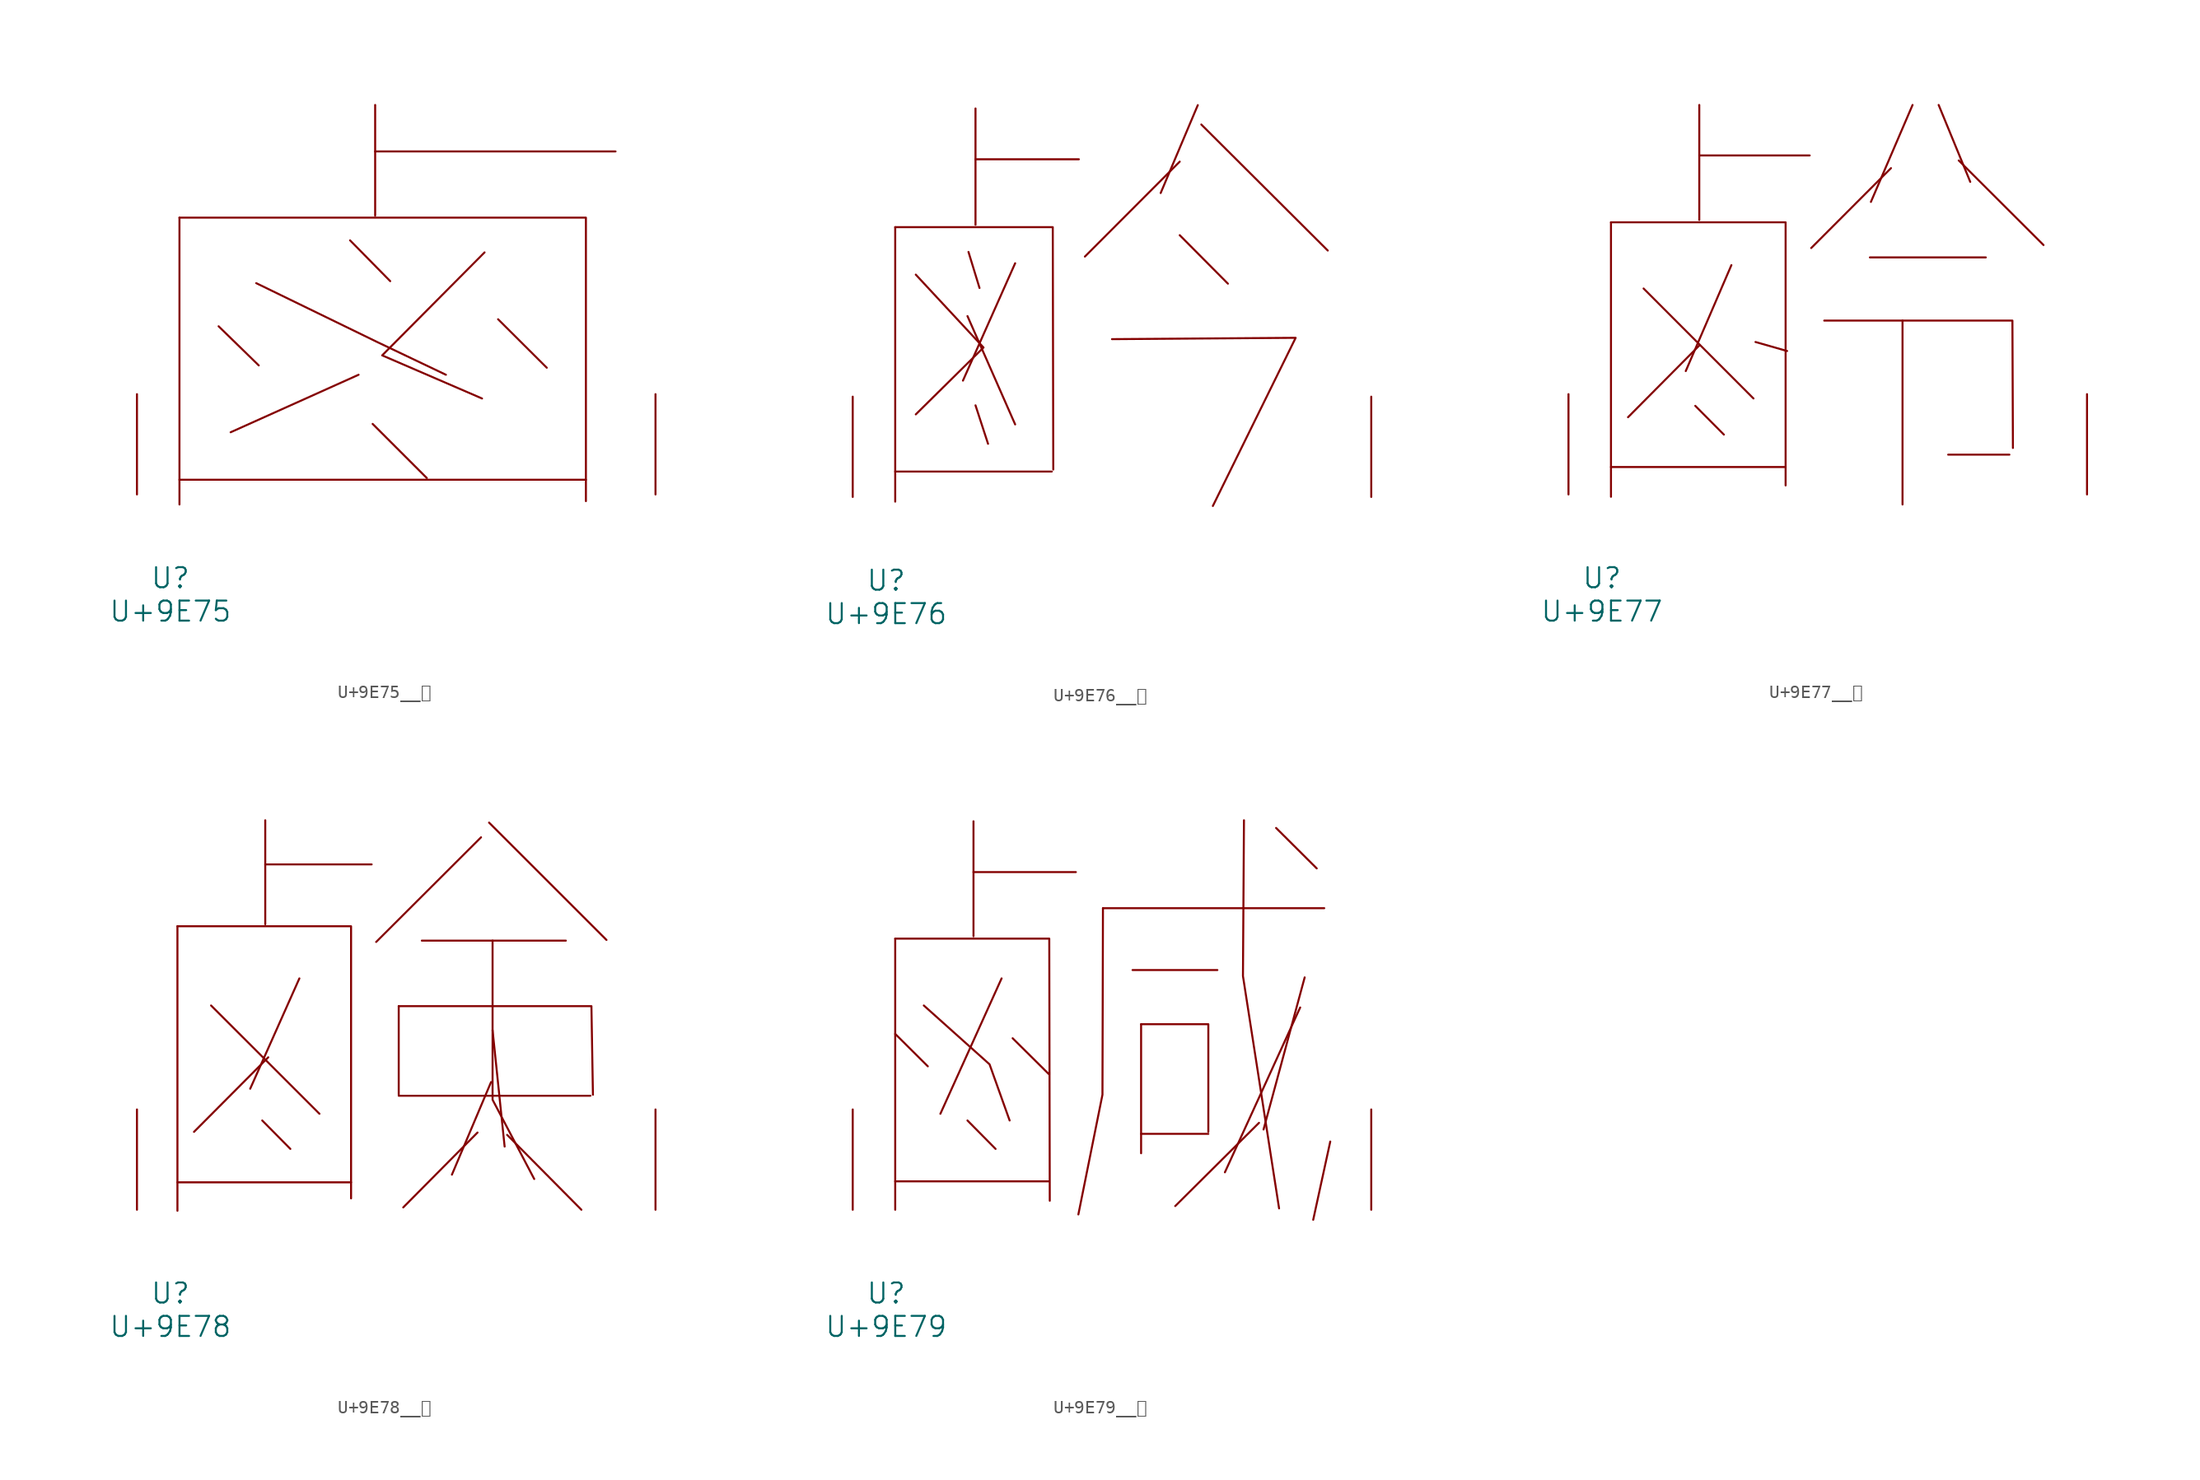
<source format=kicad_sym>
(kicad_symbol_lib
  (version 20231120)
  (generator "kicad_symbol_editor")
  (generator_version "8.0")
  (symbol "U+9E75__鹵"
    (pin_names
      (offset 1.016))
    (property "Reference" "U"
      (at 0 -6.35 0)
      (effects (font (size 1.524 1.524))))
    (property "Value" "U+9E75"
      (at 0 -8.89 0)
      (effects (font (size 1.524 1.524))))
    (symbol "U+9E75__鹵_0_1"
      (polyline (pts (xy 0.686 1.118) (xy 31.547 1.118)) (stroke (width 0) (type solid)) (fill (type none)))
      (polyline (pts (xy 0.686 21.031) (xy 0.686 -0.762)) (stroke (width 0) (type solid)) (fill (type none)))
      (polyline (pts (xy 3.658 12.776) (xy 6.706 9.804)) (stroke (width 0) (type solid)) (fill (type none)))
      (polyline (pts (xy 13.64 19.304) (xy 16.688 16.205)) (stroke (width 0) (type solid)) (fill (type none)))
      (polyline (pts (xy 14.287 9.093) (xy 4.572 4.724)) (stroke (width 0) (type solid)) (fill (type none)))
      (polyline (pts (xy 15.354 5.359) (xy 19.469 1.245)) (stroke (width 0) (type solid)) (fill (type none)))
      (polyline (pts (xy 15.545 26.06) (xy 33.795 26.06)) (stroke (width 0) (type solid)) (fill (type none)))
      (polyline (pts (xy 15.545 29.591) (xy 15.545 21.184)) (stroke (width 0) (type solid)) (fill (type none)))
      (polyline (pts (xy 24.879 13.31) (xy 28.575 9.627)) (stroke (width 0) (type solid)) (fill (type none)))
      (polyline (pts (xy 0.686 21.031) (xy 31.547 21.031) (xy 31.547 -0.508)) (stroke (width 0) (type solid)) (fill (type none)))
      (polyline (pts (xy 6.515 16.053) (xy 15.697 11.582) (xy 20.917 9.093)) (stroke (width 0) (type solid)) (fill (type none)))
      (polyline (pts (xy 23.851 18.39) (xy 16.078 10.566) (xy 23.66 7.29)) (stroke (width 0) (type solid)) (fill (type none)))
      (pin input line (at -2.54 0 90) (length 7.62) (name "~" (effects (font (size 1.27 1.27)))) (number "~" (effects (font (size 1.27 1.27)))))
      (pin input line (at 36.83 0 90) (length 7.62) (name "~" (effects (font (size 1.27 1.27)))) (number "~" (effects (font (size 1.27 1.27)))))))
  (symbol "U+9E76__鹶"
    (pin_names
      (offset 1.016))
    (property "Reference" "U"
      (at 0 -6.35 0)
      (effects (font (size 1.524 1.524))))
    (property "Value" "U+9E76"
      (at 0 -8.89 0)
      (effects (font (size 1.524 1.524))))
    (symbol "U+9E76__鹶_0_1"
      (polyline (pts (xy 0.686 1.93) (xy 12.573 1.93)) (stroke (width 0) (type solid)) (fill (type none)))
      (polyline (pts (xy 0.686 20.498) (xy 0.686 -0.356)) (stroke (width 0) (type solid)) (fill (type none)))
      (polyline (pts (xy 6.172 13.741) (xy 9.792 5.512)) (stroke (width 0) (type solid)) (fill (type none)))
      (polyline (pts (xy 6.248 18.618) (xy 7.087 15.875)) (stroke (width 0) (type solid)) (fill (type none)))
      (polyline (pts (xy 6.782 6.96) (xy 7.734 4.039)) (stroke (width 0) (type solid)) (fill (type none)))
      (polyline (pts (xy 6.782 25.654) (xy 14.63 25.654)) (stroke (width 0) (type solid)) (fill (type none)))
      (polyline (pts (xy 6.782 29.515) (xy 6.782 20.676)) (stroke (width 0) (type solid)) (fill (type none)))
      (polyline (pts (xy 9.792 17.755) (xy 5.829 8.839)) (stroke (width 0) (type solid)) (fill (type none)))
      (polyline (pts (xy 22.288 19.888) (xy 25.946 16.205)) (stroke (width 0) (type solid)) (fill (type none)))
      (polyline (pts (xy 22.288 25.476) (xy 15.088 18.263)) (stroke (width 0) (type solid)) (fill (type none)))
      (polyline (pts (xy 23.66 29.769) (xy 20.841 23.089)) (stroke (width 0) (type solid)) (fill (type none)))
      (polyline (pts (xy 23.927 28.296) (xy 33.528 18.72)) (stroke (width 0) (type solid)) (fill (type none)))
      (polyline (pts (xy 0.686 20.498) (xy 12.649 20.498) (xy 12.687 2.083)) (stroke (width 0) (type solid)) (fill (type none)))
      (polyline (pts (xy 2.248 16.891) (xy 7.391 11.354) (xy 2.248 6.274)) (stroke (width 0) (type solid)) (fill (type none)))
      (polyline (pts (xy 17.145 11.989) (xy 31.09 12.09) (xy 24.803 -0.686)) (stroke (width 0) (type solid)) (fill (type none)))
      (pin input line (at -2.54 0 90) (length 7.62) (name "~" (effects (font (size 1.27 1.27)))) (number "~" (effects (font (size 1.27 1.27)))))
      (pin input line (at 36.83 0 90) (length 7.62) (name "~" (effects (font (size 1.27 1.27)))) (number "~" (effects (font (size 1.27 1.27)))))))
  (symbol "U+9E77__鹷"
    (pin_names
      (offset 1.016))
    (property "Reference" "U"
      (at 0 -6.35 0)
      (effects (font (size 1.524 1.524))))
    (property "Value" "U+9E77"
      (at 0 -8.89 0)
      (effects (font (size 1.524 1.524))))
    (symbol "U+9E77__鹷_0_1"
      (polyline (pts (xy 0.686 2.083) (xy 13.945 2.083)) (stroke (width 0) (type solid)) (fill (type none)))
      (polyline (pts (xy 0.686 20.676) (xy 0.686 -0.178)) (stroke (width 0) (type solid)) (fill (type none)))
      (polyline (pts (xy 3.162 15.646) (xy 11.506 7.29)) (stroke (width 0) (type solid)) (fill (type none)))
      (polyline (pts (xy 7.087 6.731) (xy 9.258 4.547)) (stroke (width 0) (type solid)) (fill (type none)))
      (polyline (pts (xy 7.391 25.756) (xy 15.773 25.756)) (stroke (width 0) (type solid)) (fill (type none)))
      (polyline (pts (xy 7.391 29.591) (xy 7.391 20.853)) (stroke (width 0) (type solid)) (fill (type none)))
      (polyline (pts (xy 7.429 11.354) (xy 1.981 5.867)) (stroke (width 0) (type solid)) (fill (type none)))
      (polyline (pts (xy 9.83 17.424) (xy 6.363 9.373)) (stroke (width 0) (type solid)) (fill (type none)))
      (polyline (pts (xy 11.659 11.582) (xy 14.059 10.897)) (stroke (width 0) (type solid)) (fill (type none)))
      (polyline (pts (xy 20.345 18.009) (xy 29.146 18.009)) (stroke (width 0) (type solid)) (fill (type none)))
      (polyline (pts (xy 21.946 24.79) (xy 15.888 18.72)) (stroke (width 0) (type solid)) (fill (type none)))
      (polyline (pts (xy 22.822 13.208) (xy 22.822 -0.762)) (stroke (width 0) (type solid)) (fill (type none)))
      (polyline (pts (xy 23.584 29.591) (xy 20.422 22.225)) (stroke (width 0) (type solid)) (fill (type none)))
      (polyline (pts (xy 25.565 29.591) (xy 27.965 23.749)) (stroke (width 0) (type solid)) (fill (type none)))
      (polyline (pts (xy 26.289 3.023) (xy 30.937 3.023)) (stroke (width 0) (type solid)) (fill (type none)))
      (polyline (pts (xy 27.089 25.375) (xy 33.528 18.948)) (stroke (width 0) (type solid)) (fill (type none)))
      (polyline (pts (xy 0.686 20.676) (xy 13.945 20.676) (xy 13.945 0.686)) (stroke (width 0) (type solid)) (fill (type none)))
      (polyline (pts (xy 16.878 13.208) (xy 31.166 13.208) (xy 31.204 3.531)) (stroke (width 0) (type solid)) (fill (type none)))
      (pin input line (at -2.54 0 90) (length 7.62) (name "~" (effects (font (size 1.27 1.27)))) (number "~" (effects (font (size 1.27 1.27)))))
      (pin input line (at 36.83 0 90) (length 7.62) (name "~" (effects (font (size 1.27 1.27)))) (number "~" (effects (font (size 1.27 1.27)))))))
  (symbol "U+9E78__鹸"
    (pin_names
      (offset 1.016))
    (property "Reference" "U"
      (at 0 -6.35 0)
      (effects (font (size 1.524 1.524))))
    (property "Value" "U+9E78"
      (at 0 -8.89 0)
      (effects (font (size 1.524 1.524))))
    (symbol "U+9E78__鹸_0_1"
      (polyline (pts (xy 0.533 2.083) (xy 13.716 2.083)) (stroke (width 0) (type solid)) (fill (type none)))
      (polyline (pts (xy 0.533 21.539) (xy 0.533 -0.076)) (stroke (width 0) (type solid)) (fill (type none)))
      (polyline (pts (xy 3.086 15.519) (xy 11.316 7.29)) (stroke (width 0) (type solid)) (fill (type none)))
      (polyline (pts (xy 6.972 6.782) (xy 9.106 4.623)) (stroke (width 0) (type solid)) (fill (type none)))
      (polyline (pts (xy 7.201 26.238) (xy 15.278 26.238)) (stroke (width 0) (type solid)) (fill (type none)))
      (polyline (pts (xy 7.201 29.591) (xy 7.201 21.692)) (stroke (width 0) (type solid)) (fill (type none)))
      (polyline (pts (xy 7.429 11.582) (xy 1.791 5.918)) (stroke (width 0) (type solid)) (fill (type none)))
      (polyline (pts (xy 9.792 17.577) (xy 6.058 9.195)) (stroke (width 0) (type solid)) (fill (type none)))
      (polyline (pts (xy 17.335 8.661) (xy 31.89 8.661)) (stroke (width 0) (type solid)) (fill (type none)))
      (polyline (pts (xy 17.335 15.469) (xy 17.335 8.738)) (stroke (width 0) (type solid)) (fill (type none)))
      (polyline (pts (xy 19.088 20.447) (xy 30.023 20.447)) (stroke (width 0) (type solid)) (fill (type none)))
      (polyline (pts (xy 23.317 5.867) (xy 17.678 0.178)) (stroke (width 0) (type solid)) (fill (type none)))
      (polyline (pts (xy 23.584 28.296) (xy 15.621 20.345)) (stroke (width 0) (type solid)) (fill (type none)))
      (polyline (pts (xy 24.194 29.413) (xy 33.109 20.498)) (stroke (width 0) (type solid)) (fill (type none)))
      (polyline (pts (xy 24.346 9.703) (xy 21.374 2.667)) (stroke (width 0) (type solid)) (fill (type none)))
      (polyline (pts (xy 24.46 13.64) (xy 25.375 4.801)) (stroke (width 0) (type solid)) (fill (type none)))
      (polyline (pts (xy 25.565 5.69) (xy 31.204 0)) (stroke (width 0) (type solid)) (fill (type none)))
      (polyline (pts (xy 0.533 21.539) (xy 13.716 21.539) (xy 13.716 0.864)) (stroke (width 0) (type solid)) (fill (type none)))
      (polyline (pts (xy 17.335 15.469) (xy 31.966 15.469) (xy 32.08 8.738)) (stroke (width 0) (type solid)) (fill (type none)))
      (polyline (pts (xy 24.46 20.447) (xy 24.46 8.357) (xy 27.622 2.337)) (stroke (width 0) (type solid)) (fill (type none)))
      (pin input line (at -2.54 0 90) (length 7.62) (name "~" (effects (font (size 1.27 1.27)))) (number "~" (effects (font (size 1.27 1.27)))))
      (pin input line (at 36.83 0 90) (length 7.62) (name "~" (effects (font (size 1.27 1.27)))) (number "~" (effects (font (size 1.27 1.27)))))))
  (symbol "U+9E79__鹹"
    (pin_names
      (offset 1.016))
    (property "Reference" "U"
      (at 0 -6.35 0)
      (effects (font (size 1.524 1.524))))
    (property "Value" "U+9E79"
      (at 0 -8.89 0)
      (effects (font (size 1.524 1.524))))
    (symbol "U+9E79__鹹_0_1"
      (polyline (pts (xy 0.686 2.159) (xy 12.344 2.159)) (stroke (width 0) (type solid)) (fill (type none)))
      (polyline (pts (xy 0.686 13.36) (xy 3.162 10.897)) (stroke (width 0) (type solid)) (fill (type none)))
      (polyline (pts (xy 0.686 20.599) (xy 0.686 0)) (stroke (width 0) (type solid)) (fill (type none)))
      (polyline (pts (xy 6.172 6.782) (xy 8.306 4.623)) (stroke (width 0) (type solid)) (fill (type none)))
      (polyline (pts (xy 6.629 25.654) (xy 14.402 25.654)) (stroke (width 0) (type solid)) (fill (type none)))
      (polyline (pts (xy 6.629 29.515) (xy 6.629 20.777)) (stroke (width 0) (type solid)) (fill (type none)))
      (polyline (pts (xy 8.763 17.577) (xy 4.115 7.29)) (stroke (width 0) (type solid)) (fill (type none)))
      (polyline (pts (xy 9.601 13.03) (xy 12.344 10.312)) (stroke (width 0) (type solid)) (fill (type none)))
      (polyline (pts (xy 16.459 22.911) (xy 33.261 22.911)) (stroke (width 0) (type solid)) (fill (type none)))
      (polyline (pts (xy 18.707 18.212) (xy 25.146 18.212)) (stroke (width 0) (type solid)) (fill (type none)))
      (polyline (pts (xy 19.355 5.766) (xy 24.46 5.766)) (stroke (width 0) (type solid)) (fill (type none)))
      (polyline (pts (xy 19.355 14.097) (xy 19.355 4.293)) (stroke (width 0) (type solid)) (fill (type none)))
      (polyline (pts (xy 28.308 6.604) (xy 21.946 0.279)) (stroke (width 0) (type solid)) (fill (type none)))
      (polyline (pts (xy 29.604 29.007) (xy 32.69 25.933)) (stroke (width 0) (type solid)) (fill (type none)))
      (polyline (pts (xy 31.433 15.367) (xy 25.718 2.845)) (stroke (width 0) (type solid)) (fill (type none)))
      (polyline (pts (xy 31.775 17.653) (xy 28.651 6.096)) (stroke (width 0) (type solid)) (fill (type none)))
      (polyline (pts (xy 33.718 5.182) (xy 32.423 -0.762)) (stroke (width 0) (type solid)) (fill (type none)))
      (polyline (pts (xy 0.686 20.599) (xy 12.383 20.599) (xy 12.421 0.686)) (stroke (width 0) (type solid)) (fill (type none)))
      (polyline (pts (xy 2.857 15.519) (xy 7.849 11.049) (xy 9.373 6.782)) (stroke (width 0) (type solid)) (fill (type none)))
      (polyline (pts (xy 16.459 22.911) (xy 16.421 8.738) (xy 14.592 -0.356)) (stroke (width 0) (type solid)) (fill (type none)))
      (polyline (pts (xy 19.355 14.097) (xy 24.46 14.097) (xy 24.46 5.918)) (stroke (width 0) (type solid)) (fill (type none)))
      (polyline (pts (xy 27.165 29.591) (xy 27.089 17.755) (xy 29.832 0.102)) (stroke (width 0) (type solid)) (fill (type none)))
      (pin input line (at -2.54 0 90) (length 7.62) (name "~" (effects (font (size 1.27 1.27)))) (number "~" (effects (font (size 1.27 1.27)))))
      (pin input line (at 36.83 0 90) (length 7.62) (name "~" (effects (font (size 1.27 1.27)))) (number "~" (effects (font (size 1.27 1.27))))))))
</source>
